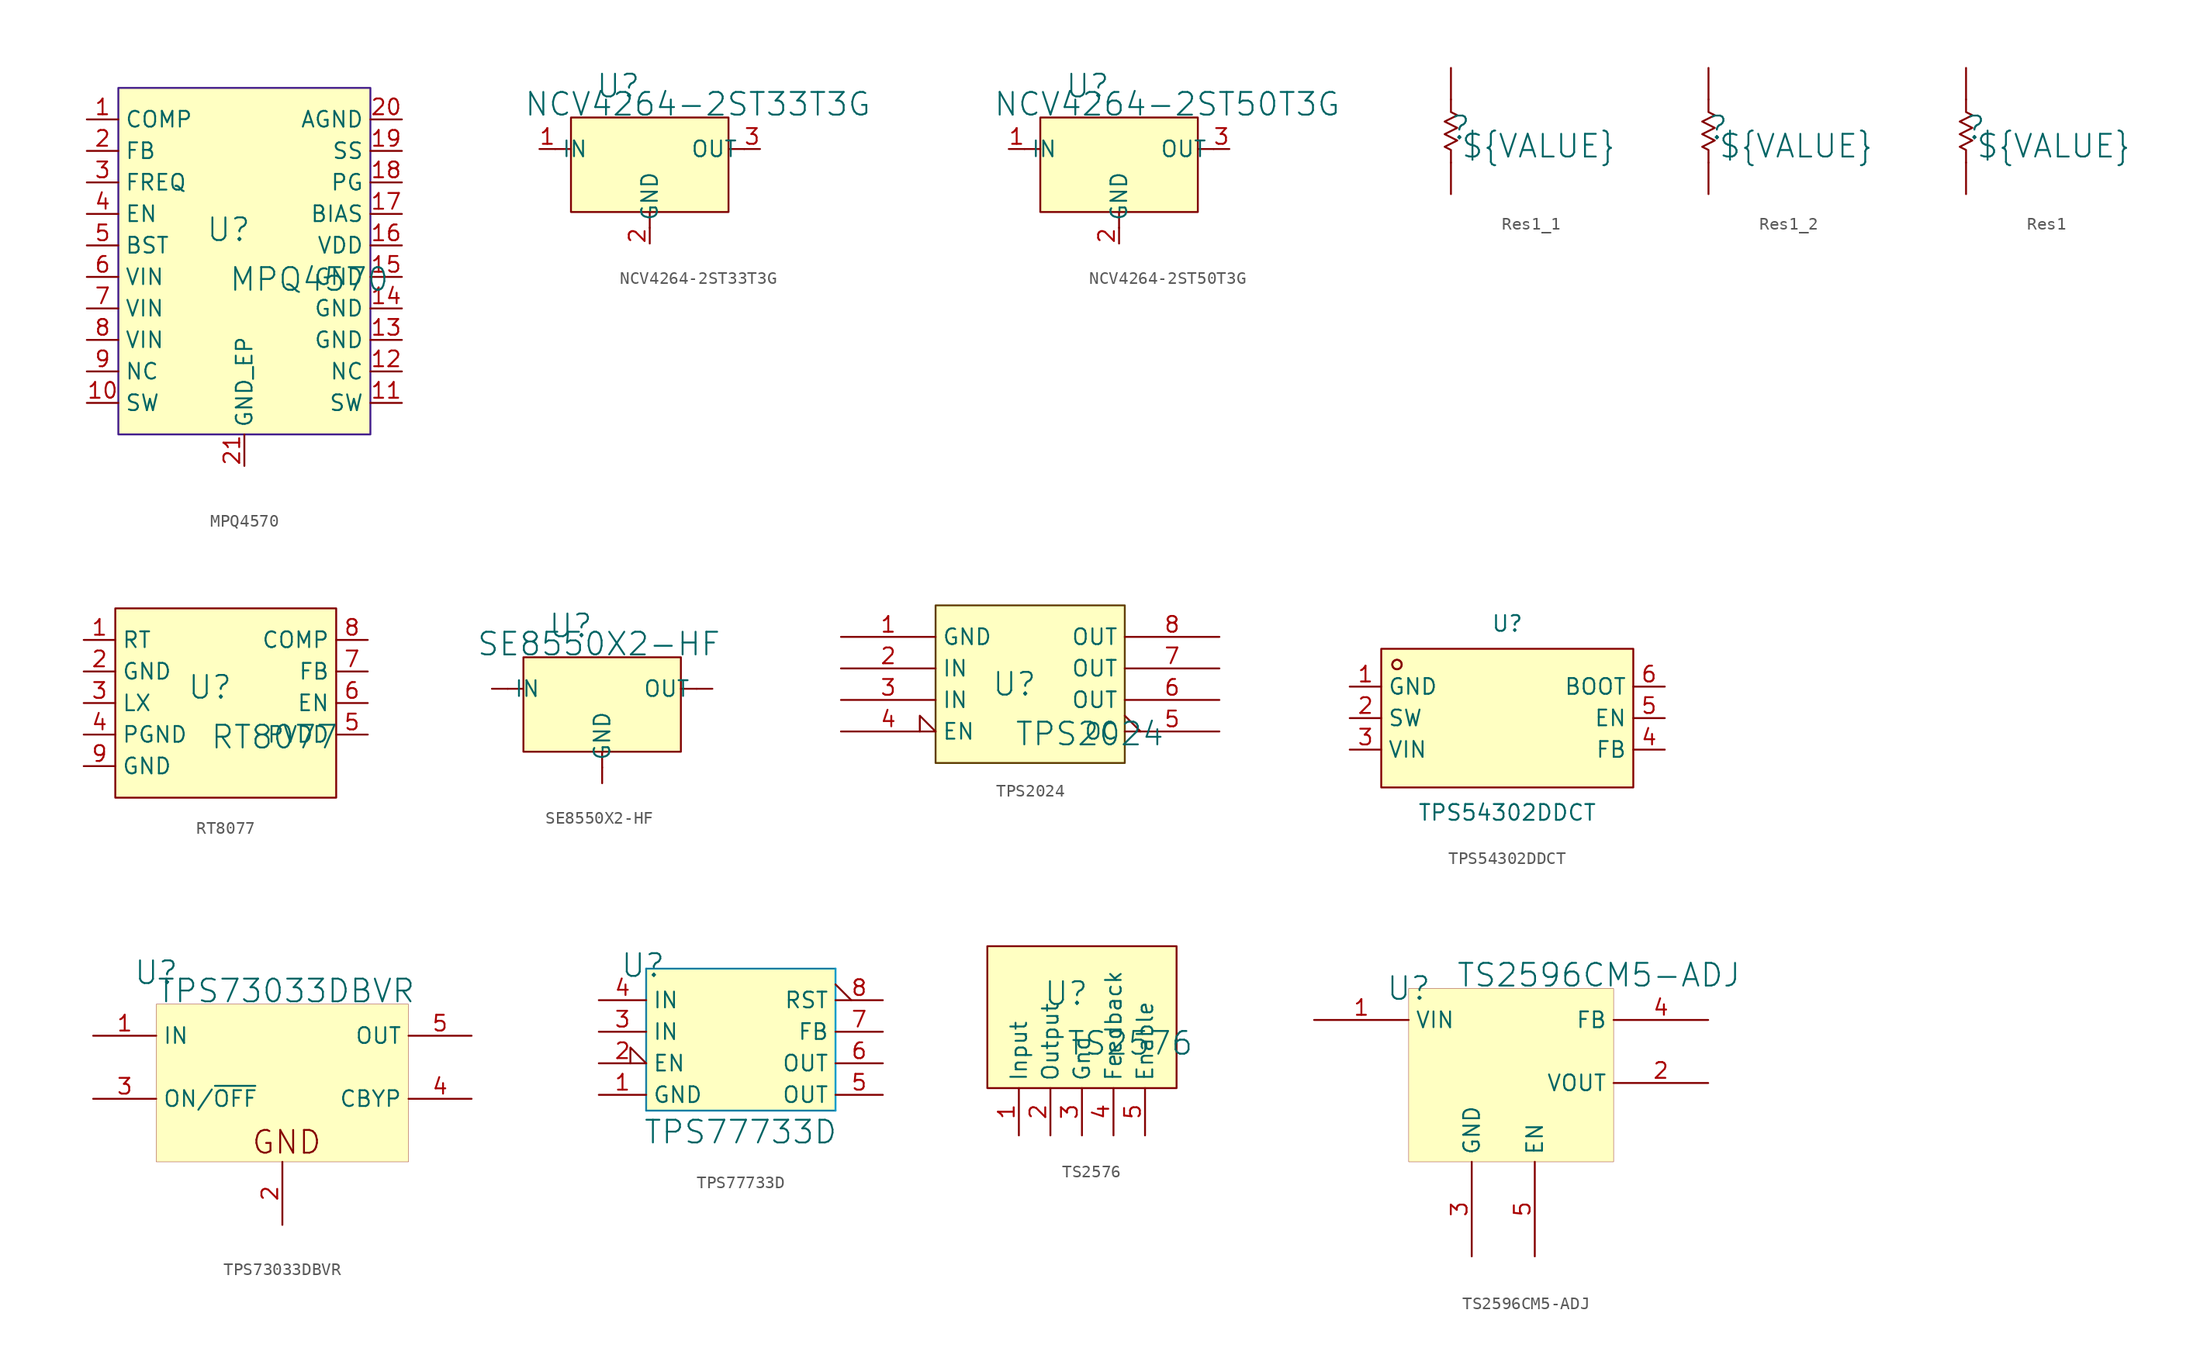
<source format=kicad_sym>
(kicad_symbol_lib
  (version 20241209)
  (generator "kicad_symbol_editor")
  (generator_version "9.0")
  (symbol "MPQ4570"
    (property "Reference" "U"
      (at -1.27 1.27 0)
      (effects (font (size 1.829 1.829))))
    (property "Value" "MPQ4570"
      (at -1.27 -3.81 0)
      (effects (font (size 1.829 1.829)) (justify left bottom)))
    (symbol "MPQ4570_1_0"
      (rectangle (start 10.16 12.7) (end -10.16 -15.24) (stroke (width 0) (type solid) (color 66 28 139 1)) (fill (type background)))
      (pin passive line (at -12.7 10.16 0) (length 2.54) (name "COMP" (effects (font (size 1.27 1.27)))) (number "1" (effects (font (size 1.27 1.27)))))
      (pin passive line (at -12.7 7.62 0) (length 2.54) (name "FB" (effects (font (size 1.27 1.27)))) (number "2" (effects (font (size 1.27 1.27)))))
      (pin passive line (at -12.7 5.08 0) (length 2.54) (name "FREQ" (effects (font (size 1.27 1.27)))) (number "3" (effects (font (size 1.27 1.27)))))
      (pin passive line (at -12.7 2.54 0) (length 2.54) (name "EN" (effects (font (size 1.27 1.27)))) (number "4" (effects (font (size 1.27 1.27)))))
      (pin passive line (at -12.7 0 0) (length 2.54) (name "BST" (effects (font (size 1.27 1.27)))) (number "5" (effects (font (size 1.27 1.27)))))
      (pin passive line (at -12.7 -2.54 0) (length 2.54) (name "VIN" (effects (font (size 1.27 1.27)))) (number "6" (effects (font (size 1.27 1.27)))))
      (pin passive line (at -12.7 -5.08 0) (length 2.54) (name "VIN" (effects (font (size 1.27 1.27)))) (number "7" (effects (font (size 1.27 1.27)))))
      (pin passive line (at -12.7 -7.62 0) (length 2.54) (name "VIN" (effects (font (size 1.27 1.27)))) (number "8" (effects (font (size 1.27 1.27)))))
      (pin passive line (at -12.7 -10.16 0) (length 2.54) (name "NC" (effects (font (size 1.27 1.27)))) (number "9" (effects (font (size 1.27 1.27)))))
      (pin passive line (at -12.7 -12.7 0) (length 2.54) (name "SW" (effects (font (size 1.27 1.27)))) (number "10" (effects (font (size 1.27 1.27)))))
      (pin passive line (at 0 -17.78 90) (length 2.54) (name "GND_EP" (effects (font (size 1.27 1.27)))) (number "21" (effects (font (size 1.27 1.27)))))
      (pin passive line (at 12.7 10.16 180) (length 2.54) (name "AGND" (effects (font (size 1.27 1.27)))) (number "20" (effects (font (size 1.27 1.27)))))
      (pin passive line (at 12.7 7.62 180) (length 2.54) (name "SS" (effects (font (size 1.27 1.27)))) (number "19" (effects (font (size 1.27 1.27)))))
      (pin passive line (at 12.7 5.08 180) (length 2.54) (name "PG" (effects (font (size 1.27 1.27)))) (number "18" (effects (font (size 1.27 1.27)))))
      (pin passive line (at 12.7 2.54 180) (length 2.54) (name "BIAS" (effects (font (size 1.27 1.27)))) (number "17" (effects (font (size 1.27 1.27)))))
      (pin passive line (at 12.7 0 180) (length 2.54) (name "VDD" (effects (font (size 1.27 1.27)))) (number "16" (effects (font (size 1.27 1.27)))))
      (pin passive line (at 12.7 -2.54 180) (length 2.54) (name "GND" (effects (font (size 1.27 1.27)))) (number "15" (effects (font (size 1.27 1.27)))))
      (pin passive line (at 12.7 -5.08 180) (length 2.54) (name "GND" (effects (font (size 1.27 1.27)))) (number "14" (effects (font (size 1.27 1.27)))))
      (pin passive line (at 12.7 -7.62 180) (length 2.54) (name "GND" (effects (font (size 1.27 1.27)))) (number "13" (effects (font (size 1.27 1.27)))))
      (pin passive line (at 12.7 -10.16 180) (length 2.54) (name "NC" (effects (font (size 1.27 1.27)))) (number "12" (effects (font (size 1.27 1.27)))))
      (pin passive line (at 12.7 -12.7 180) (length 2.54) (name "SW" (effects (font (size 1.27 1.27)))) (number "11" (effects (font (size 1.27 1.27)))))))
  (symbol "NCV4264-2ST33T3G"
    (property "Reference" "U"
      (at -2.54 2.54 0)
      (effects (font (size 1.829 1.829))))
    (property "Value" "NCV4264-2ST33T3G"
      (at -10.16 0 0)
      (effects (font (size 1.829 1.829)) (justify left bottom)))
    (symbol "NCV4264-2ST33T3G_1_0"
      (polyline (pts (xy -7.62 -2.54) (xy -6.35 -2.54)) (stroke (width 0) (type solid)) (fill (type none)))
      (polyline (pts (xy 0 -8.89) (xy 0 -7.62)) (stroke (width 0) (type solid)) (fill (type none)))
      (rectangle (start 6.35 0) (end -6.35 -7.62) (stroke (width 0) (type solid) (color 128 0 0 1)) (fill (type background)))
      (polyline (pts (xy 7.62 -2.54) (xy 6.35 -2.54)) (stroke (width 0) (type solid)) (fill (type none)))
      (pin power_in line (at -8.89 -2.54 0) (length 1.27) (name "IN" (effects (font (size 1.27 1.27)))) (number "1" (effects (font (size 1.27 1.27)))))
      (pin power_in line (at 0 -10.16 90) (length 1.27) (name "GND" (effects (font (size 1.27 1.27)))) (number "2" (effects (font (size 1.27 1.27)))))
      (pin power_in line (at 8.89 -2.54 180) (length 1.27) (name "OUT" (effects (font (size 1.27 1.27)))) (number "3" (effects (font (size 1.27 1.27)))))))
  (symbol "NCV4264-2ST50T3G"
    (property "Reference" "U"
      (at -2.54 2.54 0)
      (effects (font (size 1.829 1.829))))
    (property "Value" "NCV4264-2ST50T3G"
      (at -10.16 0 0)
      (effects (font (size 1.829 1.829)) (justify left bottom)))
    (symbol "NCV4264-2ST50T3G_1_0"
      (polyline (pts (xy -7.62 -2.54) (xy -6.35 -2.54)) (stroke (width 0) (type solid)) (fill (type none)))
      (polyline (pts (xy 0 -8.89) (xy 0 -7.62)) (stroke (width 0) (type solid)) (fill (type none)))
      (rectangle (start 6.35 0) (end -6.35 -7.62) (stroke (width 0) (type solid) (color 128 0 0 1)) (fill (type background)))
      (polyline (pts (xy 7.62 -2.54) (xy 6.35 -2.54)) (stroke (width 0) (type solid)) (fill (type none)))
      (pin power_in line (at -8.89 -2.54 0) (length 1.27) (name "IN" (effects (font (size 1.27 1.27)))) (number "1" (effects (font (size 1.27 1.27)))))
      (pin power_in line (at 0 -10.16 90) (length 1.27) (name "GND" (effects (font (size 1.27 1.27)))) (number "2" (effects (font (size 1.27 1.27)))))
      (pin power_in line (at 8.89 -2.54 180) (length 1.27) (name "OUT" (effects (font (size 1.27 1.27)))) (number "3" (effects (font (size 1.27 1.27)))))))
  (symbol "Res1_1"
    (pin_numbers
      (hide yes))
    (pin_names
      (hide yes))
    (property "Reference" ""
      (at -1.778 -2.286 0)
      (effects (font (size 1.829 1.829))))
    (property "Value" "${VALUE}"
      (at -1.778 -4.826 0)
      (effects (font (size 1.829 1.829)) (justify left bottom)))
    (symbol "Res1_1_1_0"
      (polyline (pts (xy -2.54 -5.08) (xy -2.54 -4.064) (xy -3.048 -3.81) (xy -2.032 -3.302) (xy -3.048 -2.794) (xy -2.032 -2.286) (xy -3.048 -1.778) (xy -2.032 -1.27) (xy -2.54 -1.016) (xy -2.54 0)) (stroke (width 0) (type solid)) (fill (type none)))
      (pin passive line (at -2.54 2.54 270) (length 2.54) (name "1" (effects (font (size 1.27 1.27)))) (number "1" (effects (font (size 1.27 1.27)))))
      (pin passive line (at -2.54 -7.62 90) (length 2.54) (name "2" (effects (font (size 1.27 1.27)))) (number "2" (effects (font (size 1.27 1.27)))))))
  (symbol "Res1_2"
    (pin_numbers
      (hide yes))
    (pin_names
      (hide yes))
    (property "Reference" ""
      (at -1.778 -2.286 0)
      (effects (font (size 1.829 1.829))))
    (property "Value" "${VALUE}"
      (at -1.778 -4.826 0)
      (effects (font (size 1.829 1.829)) (justify left bottom)))
    (symbol "Res1_2_1_0"
      (polyline (pts (xy -2.54 -5.08) (xy -2.54 -4.064) (xy -3.048 -3.81) (xy -2.032 -3.302) (xy -3.048 -2.794) (xy -2.032 -2.286) (xy -3.048 -1.778) (xy -2.032 -1.27) (xy -2.54 -1.016) (xy -2.54 0)) (stroke (width 0) (type solid)) (fill (type none)))
      (pin passive line (at -2.54 2.54 270) (length 2.54) (name "1" (effects (font (size 1.27 1.27)))) (number "1" (effects (font (size 1.27 1.27)))))
      (pin passive line (at -2.54 -7.62 90) (length 2.54) (name "2" (effects (font (size 1.27 1.27)))) (number "2" (effects (font (size 1.27 1.27)))))))
  (symbol "Res1"
    (pin_numbers
      (hide yes))
    (pin_names
      (hide yes))
    (property "Reference" ""
      (at -1.778 -2.286 0)
      (effects (font (size 1.829 1.829))))
    (property "Value" "${VALUE}"
      (at -1.778 -4.826 0)
      (effects (font (size 1.829 1.829)) (justify left bottom)))
    (symbol "Res1_1_0"
      (polyline (pts (xy -2.54 -5.08) (xy -2.54 -4.064) (xy -3.048 -3.81) (xy -2.032 -3.302) (xy -3.048 -2.794) (xy -2.032 -2.286) (xy -3.048 -1.778) (xy -2.032 -1.27) (xy -2.54 -1.016) (xy -2.54 0)) (stroke (width 0) (type solid)) (fill (type none)))
      (pin passive line (at -2.54 2.54 270) (length 2.54) (name "1" (effects (font (size 1.27 1.27)))) (number "1" (effects (font (size 1.27 1.27)))))
      (pin passive line (at -2.54 -7.62 90) (length 2.54) (name "2" (effects (font (size 1.27 1.27)))) (number "2" (effects (font (size 1.27 1.27)))))))
  (symbol "RT8077"
    (property "Reference" "U"
      (at -1.27 1.27 0)
      (effects (font (size 1.829 1.829))))
    (property "Value" "RT8077"
      (at -1.27 -3.81 0)
      (effects (font (size 1.829 1.829)) (justify left bottom)))
    (symbol "RT8077_1_0"
      (rectangle (start 8.89 7.62) (end -8.89 -7.62) (stroke (width 0) (type solid) (color 128 0 0 1)) (fill (type background)))
      (pin passive line (at -11.43 5.08 0) (length 2.54) (name "RT" (effects (font (size 1.27 1.27)))) (number "1" (effects (font (size 1.27 1.27)))))
      (pin passive line (at -11.43 2.54 0) (length 2.54) (name "GND" (effects (font (size 1.27 1.27)))) (number "2" (effects (font (size 1.27 1.27)))))
      (pin passive line (at -11.43 0 0) (length 2.54) (name "LX" (effects (font (size 1.27 1.27)))) (number "3" (effects (font (size 1.27 1.27)))))
      (pin passive line (at -11.43 -2.54 0) (length 2.54) (name "PGND" (effects (font (size 1.27 1.27)))) (number "4" (effects (font (size 1.27 1.27)))))
      (pin passive line (at -11.43 -5.08 0) (length 2.54) (name "GND" (effects (font (size 1.27 1.27)))) (number "9" (effects (font (size 1.27 1.27)))))
      (pin passive line (at 11.43 5.08 180) (length 2.54) (name "COMP" (effects (font (size 1.27 1.27)))) (number "8" (effects (font (size 1.27 1.27)))))
      (pin passive line (at 11.43 2.54 180) (length 2.54) (name "FB" (effects (font (size 1.27 1.27)))) (number "7" (effects (font (size 1.27 1.27)))))
      (pin passive line (at 11.43 0 180) (length 2.54) (name "EN" (effects (font (size 1.27 1.27)))) (number "6" (effects (font (size 1.27 1.27)))))
      (pin passive line (at 11.43 -2.54 180) (length 2.54) (name "PVDD" (effects (font (size 1.27 1.27)))) (number "5" (effects (font (size 1.27 1.27)))))))
  (symbol "SE8550X2-HF"
    (pin_numbers
      (hide yes))
    (property "Reference" "U"
      (at -2.54 2.54 0)
      (effects (font (size 1.829 1.829))))
    (property "Value" "SE8550X2-HF"
      (at -10.16 0 0)
      (effects (font (size 1.829 1.829)) (justify left bottom)))
    (symbol "SE8550X2-HF_1_0"
      (polyline (pts (xy -7.62 -2.54) (xy -6.35 -2.54)) (stroke (width 0) (type solid)) (fill (type none)))
      (polyline (pts (xy 0 -8.89) (xy 0 -7.62)) (stroke (width 0) (type solid)) (fill (type none)))
      (rectangle (start 6.35 0) (end -6.35 -7.62) (stroke (width 0) (type solid) (color 128 0 0 1)) (fill (type background)))
      (polyline (pts (xy 7.62 -2.54) (xy 6.35 -2.54)) (stroke (width 0) (type solid)) (fill (type none)))
      (pin power_in line (at -8.89 -2.54 0) (length 1.27) (name "IN" (effects (font (size 1.27 1.27)))) (number "VIN" (effects (font (size 1.27 1.27)))))
      (pin power_in line (at 0 -10.16 90) (length 1.27) (name "GND" (effects (font (size 1.27 1.27)))) (number "GND" (effects (font (size 1.27 1.27)))))
      (pin power_in line (at 8.89 -2.54 180) (length 1.27) (name "OUT" (effects (font (size 1.27 1.27)))) (number "VOUT" (effects (font (size 1.27 1.27)))))))
  (symbol "TPS2024"
    (property "Reference" "U"
      (at -1.27 1.27 0)
      (effects (font (size 1.829 1.829))))
    (property "Value" "TPS2024"
      (at -1.27 -3.81 0)
      (effects (font (size 1.829 1.829)) (justify left bottom)))
    (symbol "TPS2024_1_0"
      (polyline (pts (xy -7.62 -5.08) (xy -7.62 7.62) (xy 7.62 7.62) (xy 7.62 -5.08) (xy -7.62 -5.08)) (stroke (width 0) (type solid) (color 90 78 9 1)) (fill (type none)))
      (rectangle (start 7.62 7.62) (end -7.62 -5.08) (stroke (width 0.025) (type solid) (color 128 0 0 1)) (fill (type background)))
      (pin passive line (at -15.24 5.08 0) (length 7.62) (name "GND" (effects (font (size 1.27 1.27)))) (number "1" (effects (font (size 1.27 1.27)))))
      (pin passive line (at -15.24 2.54 0) (length 7.62) (name "IN" (effects (font (size 1.27 1.27)))) (number "2" (effects (font (size 1.27 1.27)))))
      (pin passive line (at -15.24 0 0) (length 7.62) (name "IN" (effects (font (size 1.27 1.27)))) (number "3" (effects (font (size 1.27 1.27)))))
      (pin passive input_low (at -15.24 -2.54 0) (length 7.62) (name "EN" (effects (font (size 1.27 1.27)))) (number "4" (effects (font (size 1.27 1.27)))))
      (pin passive line (at 15.24 5.08 180) (length 7.62) (name "OUT" (effects (font (size 1.27 1.27)))) (number "8" (effects (font (size 1.27 1.27)))))
      (pin passive line (at 15.24 2.54 180) (length 7.62) (name "OUT" (effects (font (size 1.27 1.27)))) (number "7" (effects (font (size 1.27 1.27)))))
      (pin passive line (at 15.24 0 180) (length 7.62) (name "OUT" (effects (font (size 1.27 1.27)))) (number "6" (effects (font (size 1.27 1.27)))))
      (pin passive output_low (at 15.24 -2.54 180) (length 7.62) (name "OC" (effects (font (size 1.27 1.27)))) (number "5" (effects (font (size 1.27 1.27)))))))
  (symbol "TPS54302DDCT"
    (property "Reference" "U"
      (at 0 7.62 0)
      (effects (font (size 1.27 1.27))))
    (property "Value" "TPS54302DDCT"
      (at 0 -7.62 0)
      (effects (font (size 1.27 1.27))))
    (symbol "TPS54302DDCT_0_1"
      (rectangle (start -10.16 5.59) (end 10.16 -5.59) (stroke (width 0) (type default)) (fill (type background)))
      (circle (center -8.89 4.32) (radius 0.38) (stroke (width 0) (type default)) (fill (type none)))
      (circle (center -8.89 4.32) (radius 0.38) (stroke (width 0) (type default)) (fill (type none)))
      (pin unspecified line (at -12.7 2.54 0) (length 2.54) (name "GND" (effects (font (size 1.27 1.27)))) (number "1" (effects (font (size 1.27 1.27)))))
      (pin unspecified line (at -12.7 0 0) (length 2.54) (name "SW" (effects (font (size 1.27 1.27)))) (number "2" (effects (font (size 1.27 1.27)))))
      (pin unspecified line (at -12.7 -2.54 0) (length 2.54) (name "VIN" (effects (font (size 1.27 1.27)))) (number "3" (effects (font (size 1.27 1.27)))))
      (pin unspecified line (at 12.7 2.54 180) (length 2.54) (name "BOOT" (effects (font (size 1.27 1.27)))) (number "6" (effects (font (size 1.27 1.27)))))
      (pin unspecified line (at 12.7 0 180) (length 2.54) (name "EN" (effects (font (size 1.27 1.27)))) (number "5" (effects (font (size 1.27 1.27)))))
      (pin unspecified line (at 12.7 -2.54 180) (length 2.54) (name "FB" (effects (font (size 1.27 1.27)))) (number "4" (effects (font (size 1.27 1.27)))))))
  (symbol "TPS73033DBVR"
    (property "Reference" "U"
      (at 0 2.54 0)
      (effects (font (size 1.829 1.829))))
    (property "Value" "TPS73033DBVR"
      (at 0 0 0)
      (effects (font (size 1.829 1.829)) (justify left bottom)))
    (symbol "TPS73033DBVR_1_0"
      (rectangle (start 20.32 0) (end 0 -12.7) (stroke (width 0.025) (type solid) (color 128 0 0 1)) (fill (type background)))
      (text "GND" (at 7.62 -12.192 0) (effects (font (size 1.829 1.829)) (justify left bottom)))
      (pin power_in line (at -5.08 -2.54 0) (length 5.08) (name "IN" (effects (font (size 1.27 1.27)))) (number "1" (effects (font (size 1.27 1.27)))))
      (pin passive line (at -5.08 -7.62 0) (length 5.08) (name "ON/~{OFF}" (effects (font (size 1.27 1.27)))) (number "3" (effects (font (size 1.27 1.27)))))
      (pin power_in line (at 10.16 -17.78 90) (length 5.08) (name "GND" (effects (font (size 0 0)))) (number "2" (effects (font (size 1.27 1.27)))))
      (pin power_in line (at 25.4 -2.54 180) (length 5.08) (name "OUT" (effects (font (size 1.27 1.27)))) (number "5" (effects (font (size 1.27 1.27)))))
      (pin passive line (at 25.4 -7.62 180) (length 5.08) (name "CBYP" (effects (font (size 1.27 1.27)))) (number "4" (effects (font (size 1.27 1.27)))))))
  (symbol "TPS77733D"
    (property "Reference" "U"
      (at -5.334 2.794 0)
      (effects (font (size 1.829 1.829))))
    (property "Value" "TPS77733D"
      (at -5.334 -11.684 0)
      (effects (font (size 1.829 1.829)) (justify left bottom)))
    (symbol "TPS77733D_1_0"
      (polyline (pts (xy -5.08 2.54) (xy 10.16 2.54)) (stroke (width 0) (type solid) (color 0 156 202 1)) (fill (type none)))
      (polyline (pts (xy -5.08 -8.89) (xy -5.08 2.54)) (stroke (width 0) (type solid) (color 0 156 202 1)) (fill (type none)))
      (polyline (pts (xy -5.08 -8.89) (xy 10.16 -8.89)) (stroke (width 0) (type solid) (color 0 156 202 1)) (fill (type none)))
      (rectangle (start 10.16 2.54) (end -5.08 -8.89) (stroke (width 0.025) (type solid) (color 128 0 0 1)) (fill (type background)))
      (polyline (pts (xy 10.16 -8.89) (xy 10.16 2.54)) (stroke (width 0) (type solid) (color 0 156 202 1)) (fill (type none)))
      (pin passive line (at -8.89 0 0) (length 3.81) (name "IN" (effects (font (size 1.27 1.27)))) (number "4" (effects (font (size 1.27 1.27)))))
      (pin passive line (at -8.89 -2.54 0) (length 3.81) (name "IN" (effects (font (size 1.27 1.27)))) (number "3" (effects (font (size 1.27 1.27)))))
      (pin passive input_low (at -8.89 -5.08 0) (length 3.81) (name "EN" (effects (font (size 1.27 1.27)))) (number "2" (effects (font (size 1.27 1.27)))))
      (pin passive line (at -8.89 -7.62 0) (length 3.81) (name "GND" (effects (font (size 1.27 1.27)))) (number "1" (effects (font (size 1.27 1.27)))))
      (pin passive output_low (at 13.97 0 180) (length 3.81) (name "RST" (effects (font (size 1.27 1.27)))) (number "8" (effects (font (size 1.27 1.27)))))
      (pin passive line (at 13.97 -2.54 180) (length 3.81) (name "FB" (effects (font (size 1.27 1.27)))) (number "7" (effects (font (size 1.27 1.27)))))
      (pin passive line (at 13.97 -5.08 180) (length 3.81) (name "OUT" (effects (font (size 1.27 1.27)))) (number "6" (effects (font (size 1.27 1.27)))))
      (pin passive line (at 13.97 -7.62 180) (length 3.81) (name "OUT" (effects (font (size 1.27 1.27)))) (number "5" (effects (font (size 1.27 1.27)))))))
  (symbol "TS2576"
    (property "Reference" "U"
      (at -1.27 1.27 0)
      (effects (font (size 1.829 1.829))))
    (property "Value" "TS2576"
      (at -1.27 -3.81 0)
      (effects (font (size 1.829 1.829)) (justify left bottom)))
    (symbol "TS2576_1_0"
      (rectangle (start 7.62 5.08) (end -7.62 -6.35) (stroke (width 0) (type solid) (color 128 0 0 1)) (fill (type background)))
      (pin passive line (at -5.08 -10.16 90) (length 3.81) (name "Input" (effects (font (size 1.27 1.27)))) (number "1" (effects (font (size 1.27 1.27)))))
      (pin passive line (at -2.54 -10.16 90) (length 3.81) (name "Output" (effects (font (size 1.27 1.27)))) (number "2" (effects (font (size 1.27 1.27)))))
      (pin passive line (at 0 -10.16 90) (length 3.81) (name "Gnd" (effects (font (size 1.27 1.27)))) (number "3" (effects (font (size 1.27 1.27)))))
      (pin passive line (at 2.54 -10.16 90) (length 3.81) (name "Feedback" (effects (font (size 1.27 1.27)))) (number "4" (effects (font (size 1.27 1.27)))))
      (pin passive line (at 5.08 -10.16 90) (length 3.81) (name "Enable" (effects (font (size 1.27 1.27)))) (number "5" (effects (font (size 1.27 1.27)))))))
  (symbol "TS2596CM5-ADJ"
    (property "Reference" "U"
      (at 0 13.97 0)
      (effects (font (size 1.829 1.829))))
    (property "Value" "TS2596CM5-ADJ"
      (at 3.81 13.97 0)
      (effects (font (size 1.829 1.829)) (justify left bottom)))
    (symbol "TS2596CM5-ADJ_1_0"
      (rectangle (start 16.51 13.97) (end 0 0) (stroke (width 0.025) (type solid) (color 128 0 0 1)) (fill (type background)))
      (pin power_in line (at -7.62 11.43 0) (length 7.62) (name "VIN" (effects (font (size 1.27 1.27)))) (number "1" (effects (font (size 1.27 1.27)))))
      (pin power_in line (at 5.08 -7.62 90) (length 7.62) (name "GND" (effects (font (size 1.27 1.27)))) (number "3" (effects (font (size 1.27 1.27)))))
      (pin passive line (at 10.16 -7.62 90) (length 7.62) (name "EN" (effects (font (size 1.27 1.27)))) (number "5" (effects (font (size 1.27 1.27)))))
      (pin passive line (at 24.13 11.43 180) (length 7.62) (name "FB" (effects (font (size 1.27 1.27)))) (number "4" (effects (font (size 1.27 1.27)))))
      (pin passive line (at 24.13 6.35 180) (length 7.62) (name "VOUT" (effects (font (size 1.27 1.27)))) (number "2" (effects (font (size 1.27 1.27))))))))
</source>
